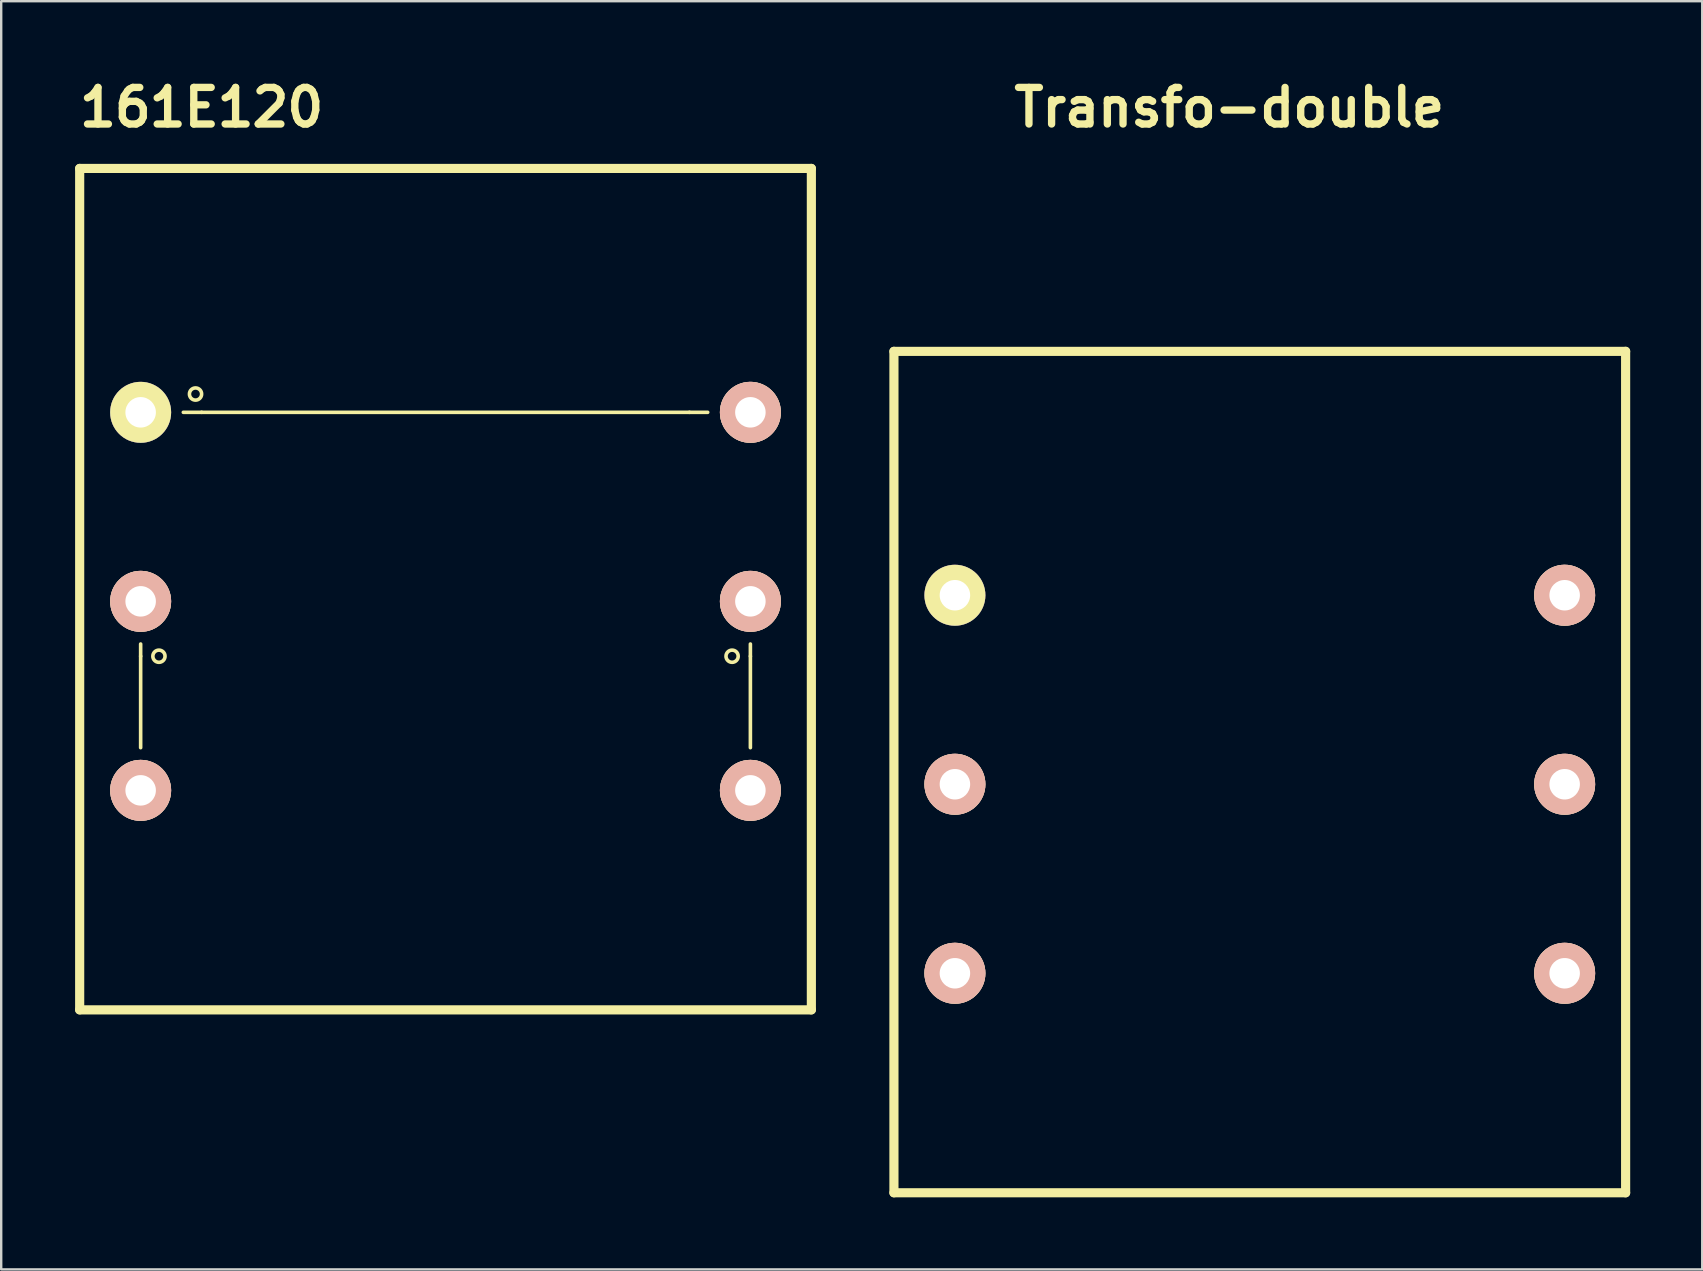
<source format=kicad_pcb>
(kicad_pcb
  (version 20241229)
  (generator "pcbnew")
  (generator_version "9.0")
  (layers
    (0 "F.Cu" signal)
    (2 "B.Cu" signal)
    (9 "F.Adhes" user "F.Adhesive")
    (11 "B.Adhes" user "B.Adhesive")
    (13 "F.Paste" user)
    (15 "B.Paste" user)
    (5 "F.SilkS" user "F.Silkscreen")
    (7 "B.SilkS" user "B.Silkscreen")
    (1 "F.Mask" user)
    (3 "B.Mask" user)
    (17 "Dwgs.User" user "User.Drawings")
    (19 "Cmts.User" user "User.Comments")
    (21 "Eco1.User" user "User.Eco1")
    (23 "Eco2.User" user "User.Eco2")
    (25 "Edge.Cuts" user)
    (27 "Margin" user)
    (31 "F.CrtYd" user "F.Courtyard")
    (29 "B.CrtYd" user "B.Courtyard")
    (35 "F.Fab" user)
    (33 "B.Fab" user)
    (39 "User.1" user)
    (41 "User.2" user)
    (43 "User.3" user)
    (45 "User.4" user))
  (footprint "Transfo-double"
    (layer "F.Cu")
    (at 34.189 11.586)
    (property "Reference" "Transfo-double" (at 13.97 -10.16 0) (layer "F.SilkS") (effects (font (size 1.524 1.524) (thickness 0.305))))
    (attr through_hole)
    (fp_line (start 0 0) (end 30.48 0) (stroke (width 0.381) (type solid)) (layer "F.SilkS"))
    (fp_line (start 0 35.052) (end 0 0) (stroke (width 0.381) (type solid)) (layer "F.SilkS"))
    (fp_line (start 30.48 0) (end 30.48 35.052) (stroke (width 0.381) (type solid)) (layer "F.SilkS"))
    (fp_line (start 30.48 35.052) (end 0 35.052) (stroke (width 0.381) (type solid)) (layer "F.SilkS"))
    (pad "1" thru_hole circle (at 2.54 10.16) (size 2.54 2.54) (drill 1.27) (layers "*.Cu" "*.Mask" "F.SilkS"))
    (pad "2" thru_hole circle (at 27.94 10.16) (size 2.54 2.54) (drill 1.27) (layers "*.Cu" "*.SilkS" "*.Mask"))
    (pad "3" thru_hole circle (at 2.54 18.034) (size 2.54 2.54) (drill 1.27) (layers "*.Cu" "*.SilkS" "*.Mask"))
    (pad "4" thru_hole circle (at 2.54 25.908) (size 2.54 2.54) (drill 1.27) (layers "*.Cu" "*.SilkS" "*.Mask"))
    (pad "5" thru_hole circle (at 27.94 18.034) (size 2.54 2.54) (drill 1.27) (layers "*.Cu" "*.SilkS" "*.Mask"))
    (pad "6" thru_hole circle (at 27.94 25.908) (size 2.54 2.54) (drill 1.27) (layers "*.Cu" "*.SilkS" "*.Mask")))
  (footprint "161E120"
    (layer "F.Cu")
    (at 0.269 3.966)
    (property "Reference" "161E120" (at 5.08 -2.54 0) (layer "F.SilkS") (effects (font (size 1.524 1.524) (thickness 0.305))))
    (attr through_hole)
    (fp_line (start 0 0) (end 30.48 0) (stroke (width 0.381) (type solid)) (layer "F.SilkS"))
    (fp_line (start 0 35.052) (end 0 0) (stroke (width 0.381) (type solid)) (layer "F.SilkS"))
    (fp_line (start 2.54 19.812) (end 2.54 20.32) (stroke (width 0.15) (type solid)) (layer "F.SilkS"))
    (fp_line (start 2.54 20.32) (end 2.54 24.13) (stroke (width 0.15) (type solid)) (layer "F.SilkS"))
    (fp_line (start 4.318 10.16) (end 5.08 10.16) (stroke (width 0.15) (type solid)) (layer "F.SilkS"))
    (fp_line (start 5.08 10.16) (end 25.4 10.16) (stroke (width 0.15) (type solid)) (layer "F.SilkS"))
    (fp_line (start 26.162 10.16) (end 25.4 10.16) (stroke (width 0.15) (type solid)) (layer "F.SilkS"))
    (fp_line (start 27.94 19.812) (end 27.94 20.32) (stroke (width 0.15) (type solid)) (layer "F.SilkS"))
    (fp_line (start 27.94 20.32) (end 27.94 24.13) (stroke (width 0.15) (type solid)) (layer "F.SilkS"))
    (fp_line (start 30.48 0) (end 30.48 35.052) (stroke (width 0.381) (type solid)) (layer "F.SilkS"))
    (fp_line (start 30.48 35.052) (end 0 35.052) (stroke (width 0.381) (type solid)) (layer "F.SilkS"))
    (fp_circle (center 3.302 20.32) (end 3.302 20.066) (stroke (width 0.15) (type solid)) (fill no) (layer "F.SilkS"))
    (fp_circle (center 4.826 9.398) (end 4.826 9.144) (stroke (width 0.15) (type solid)) (fill no) (layer "F.SilkS"))
    (fp_circle (center 27.178 20.32) (end 27.178 20.066) (stroke (width 0.15) (type solid)) (fill no) (layer "F.SilkS"))
    (pad "1" thru_hole circle (at 2.54 10.16) (size 2.54 2.54) (drill 1.27) (layers "*.Cu" "*.Mask" "F.SilkS"))
    (pad "2" thru_hole circle (at 27.94 10.16) (size 2.54 2.54) (drill 1.27) (layers "*.Cu" "*.SilkS" "*.Mask"))
    (pad "3" thru_hole circle (at 2.54 18.034) (size 2.54 2.54) (drill 1.27) (layers "*.Cu" "*.SilkS" "*.Mask"))
    (pad "4" thru_hole circle (at 2.54 25.908) (size 2.54 2.54) (drill 1.27) (layers "*.Cu" "*.SilkS" "*.Mask"))
    (pad "5" thru_hole circle (at 27.94 18.034) (size 2.54 2.54) (drill 1.27) (layers "*.Cu" "*.SilkS" "*.Mask"))
    (pad "6" thru_hole circle (at 27.94 25.908) (size 2.54 2.54) (drill 1.27) (layers "*.Cu" "*.SilkS" "*.Mask")))
  (gr_rect
    (start -3 -3)
    (end 67.86 49.829)
    (stroke (width 0.1) (type default))
    (fill no)
    (layer "Edge.Cuts")))
</source>
